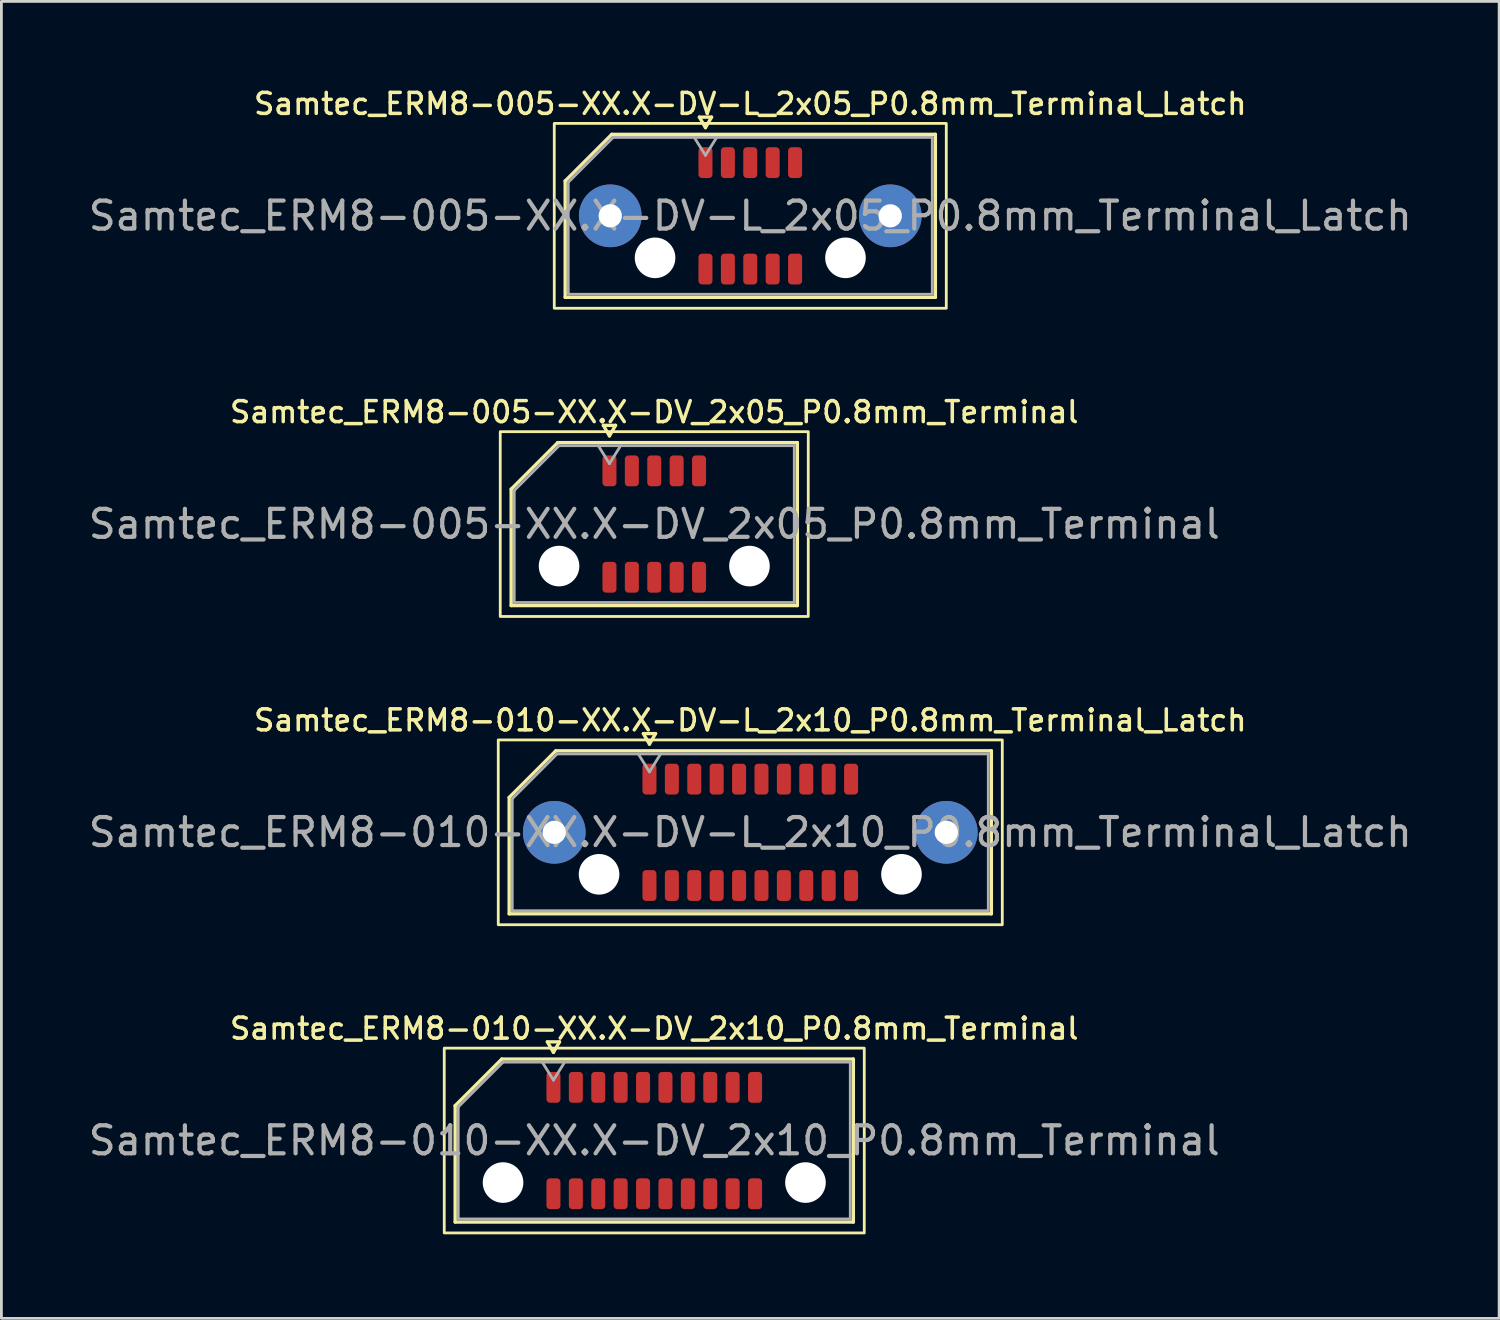
<source format=kicad_pcb>
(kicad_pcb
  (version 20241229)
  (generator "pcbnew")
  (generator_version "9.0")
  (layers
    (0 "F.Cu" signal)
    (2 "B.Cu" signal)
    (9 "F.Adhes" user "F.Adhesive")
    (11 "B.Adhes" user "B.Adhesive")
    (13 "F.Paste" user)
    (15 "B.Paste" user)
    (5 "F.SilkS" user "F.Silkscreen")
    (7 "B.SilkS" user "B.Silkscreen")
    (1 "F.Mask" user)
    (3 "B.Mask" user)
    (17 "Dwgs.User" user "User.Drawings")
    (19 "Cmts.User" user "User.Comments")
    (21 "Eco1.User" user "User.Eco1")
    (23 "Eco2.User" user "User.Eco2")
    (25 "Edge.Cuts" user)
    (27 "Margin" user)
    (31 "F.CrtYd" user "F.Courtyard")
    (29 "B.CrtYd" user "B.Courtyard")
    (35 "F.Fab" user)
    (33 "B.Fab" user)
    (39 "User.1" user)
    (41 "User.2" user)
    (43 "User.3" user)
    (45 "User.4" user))
  (footprint "Samtec_ERM8-005-XX.X-DV_2x05_P0.8mm_Terminal"
    (layer "F.Cu")
    (at 20.315 15.666)
    (property "Reference" "Samtec_ERM8-005-XX.X-DV_2x05_P0.8mm_Terminal" (at 0 -4 0) (layer "F.SilkS") (effects (font (size 0.75 0.75) (thickness 0.125))))
    (attr smd)
    (fp_line (start -5.11 -1.246) (end -3.446 -2.91) (stroke (width 0.12) (type solid)) (layer "F.SilkS"))
    (fp_line (start -5.11 2.91) (end -5.11 -1.246) (stroke (width 0.12) (type solid)) (layer "F.SilkS"))
    (fp_line (start -3.446 -2.91) (end 5.11 -2.91) (stroke (width 0.12) (type solid)) (layer "F.SilkS"))
    (fp_line (start -1.817 -3.525) (end -1.6 -3.15) (stroke (width 0.12) (type solid)) (layer "F.SilkS"))
    (fp_line (start -1.6 -3.15) (end -1.383 -3.525) (stroke (width 0.12) (type solid)) (layer "F.SilkS"))
    (fp_line (start -1.383 -3.525) (end -1.817 -3.525) (stroke (width 0.12) (type solid)) (layer "F.SilkS"))
    (fp_line (start 5.11 -2.91) (end 5.11 2.91) (stroke (width 0.12) (type solid)) (layer "F.SilkS"))
    (fp_line (start 5.11 2.91) (end -5.11 2.91) (stroke (width 0.12) (type solid)) (layer "F.SilkS"))
    (fp_rect (start -5.5 -3.3) (end 5.5 3.3) (stroke (width 0.1) (type solid)) (fill no) (layer "F.SilkS"))
    (fp_line (start -5 -1.2) (end -3.4 -2.8) (stroke (width 0.1) (type solid)) (layer "F.Fab"))
    (fp_line (start -5 2.8) (end -5 -1.2) (stroke (width 0.1) (type solid)) (layer "F.Fab"))
    (fp_line (start -3.4 -2.8) (end 5 -2.8) (stroke (width 0.1) (type solid)) (layer "F.Fab"))
    (fp_line (start -2 -2.8) (end -1.6 -2.16) (stroke (width 0.1) (type solid)) (layer "F.Fab"))
    (fp_line (start -1.6 -2.16) (end -1.2 -2.8) (stroke (width 0.1) (type solid)) (layer "F.Fab"))
    (fp_line (start 5 -2.8) (end 5 2.8) (stroke (width 0.1) (type solid)) (layer "F.Fab"))
    (fp_line (start 5 2.8) (end -5 2.8) (stroke (width 0.1) (type solid)) (layer "F.Fab"))
    (fp_text user "${REFERENCE}" (at 0 0 0) (layer "F.Fab") (effects (font (size 1 1) (thickness 0.15))))
    (pad "" np_thru_hole circle (at -3.4 1.5) (size 1.45 1.45) (drill 1.45) (layers "*.Cu" "*.Mask"))
    (pad "" np_thru_hole circle (at 3.4 1.5) (size 1.45 1.45) (drill 1.45) (layers "*.Cu" "*.Mask"))
    (pad "1" smd roundrect (at -1.6 -1.9) (size 0.5 1.1) (layers "F.Cu" "F.Mask" "F.Paste") (roundrect_rratio 0.25))
    (pad "2" smd roundrect (at -1.6 1.9) (size 0.5 1.1) (layers "F.Cu" "F.Mask" "F.Paste") (roundrect_rratio 0.25))
    (pad "3" smd roundrect (at -0.8 -1.9) (size 0.5 1.1) (layers "F.Cu" "F.Mask" "F.Paste") (roundrect_rratio 0.25))
    (pad "4" smd roundrect (at -0.8 1.9) (size 0.5 1.1) (layers "F.Cu" "F.Mask" "F.Paste") (roundrect_rratio 0.25))
    (pad "5" smd roundrect (at 0 -1.9) (size 0.5 1.1) (layers "F.Cu" "F.Mask" "F.Paste") (roundrect_rratio 0.25))
    (pad "6" smd roundrect (at 0 1.9) (size 0.5 1.1) (layers "F.Cu" "F.Mask" "F.Paste") (roundrect_rratio 0.25))
    (pad "7" smd roundrect (at 0.8 -1.9) (size 0.5 1.1) (layers "F.Cu" "F.Mask" "F.Paste") (roundrect_rratio 0.25))
    (pad "8" smd roundrect (at 0.8 1.9) (size 0.5 1.1) (layers "F.Cu" "F.Mask" "F.Paste") (roundrect_rratio 0.25))
    (pad "9" smd roundrect (at 1.6 -1.9) (size 0.5 1.1) (layers "F.Cu" "F.Mask" "F.Paste") (roundrect_rratio 0.25))
    (pad "10" smd roundrect (at 1.6 1.9) (size 0.5 1.1) (layers "F.Cu" "F.Mask" "F.Paste") (roundrect_rratio 0.25)))
  (footprint "Samtec_ERM8-005-XX.X-DV-L_2x05_P0.8mm_Terminal_Latch"
    (layer "F.Cu")
    (at 23.744 4.658)
    (property "Reference" "Samtec_ERM8-005-XX.X-DV-L_2x05_P0.8mm_Terminal_Latch" (at 0 -4 0) (layer "F.SilkS") (effects (font (size 0.75 0.75) (thickness 0.125))))
    (attr smd)
    (fp_line (start -6.61 -1.246) (end -4.946 -2.91) (stroke (width 0.12) (type solid)) (layer "F.SilkS"))
    (fp_line (start -6.61 2.91) (end -6.61 -1.246) (stroke (width 0.12) (type solid)) (layer "F.SilkS"))
    (fp_line (start -4.946 -2.91) (end 6.61 -2.91) (stroke (width 0.12) (type solid)) (layer "F.SilkS"))
    (fp_line (start -1.817 -3.525) (end -1.6 -3.15) (stroke (width 0.12) (type solid)) (layer "F.SilkS"))
    (fp_line (start -1.6 -3.15) (end -1.383 -3.525) (stroke (width 0.12) (type solid)) (layer "F.SilkS"))
    (fp_line (start -1.383 -3.525) (end -1.817 -3.525) (stroke (width 0.12) (type solid)) (layer "F.SilkS"))
    (fp_line (start 6.61 -2.91) (end 6.61 2.91) (stroke (width 0.12) (type solid)) (layer "F.SilkS"))
    (fp_line (start 6.61 2.91) (end -6.61 2.91) (stroke (width 0.12) (type solid)) (layer "F.SilkS"))
    (fp_rect (start -7 -3.3) (end 7 3.3) (stroke (width 0.1) (type solid)) (fill no) (layer "F.SilkS"))
    (fp_line (start -6.5 -1.2) (end -4.9 -2.8) (stroke (width 0.1) (type solid)) (layer "F.Fab"))
    (fp_line (start -6.5 2.8) (end -6.5 -1.2) (stroke (width 0.1) (type solid)) (layer "F.Fab"))
    (fp_line (start -4.9 -2.8) (end 6.5 -2.8) (stroke (width 0.1) (type solid)) (layer "F.Fab"))
    (fp_line (start -2 -2.8) (end -1.6 -2.16) (stroke (width 0.1) (type solid)) (layer "F.Fab"))
    (fp_line (start -1.6 -2.16) (end -1.2 -2.8) (stroke (width 0.1) (type solid)) (layer "F.Fab"))
    (fp_line (start 6.5 -2.8) (end 6.5 2.8) (stroke (width 0.1) (type solid)) (layer "F.Fab"))
    (fp_line (start 6.5 2.8) (end -6.5 2.8) (stroke (width 0.1) (type solid)) (layer "F.Fab"))
    (fp_text user "${REFERENCE}" (at 0 0 0) (layer "F.Fab") (effects (font (size 1 1) (thickness 0.15))))
    (pad "" thru_hole circle (at -5 0) (size 2.24 2.24) (drill 0.83) (layers "*.Cu" "*.Mask" "F.Paste"))
    (pad "" np_thru_hole circle (at -3.4 1.5) (size 1.45 1.45) (drill 1.45) (layers "*.Cu" "*.Mask"))
    (pad "" np_thru_hole circle (at 3.4 1.5) (size 1.45 1.45) (drill 1.45) (layers "*.Cu" "*.Mask"))
    (pad "" thru_hole circle (at 5 0) (size 2.24 2.24) (drill 0.83) (layers "*.Cu" "*.Mask" "F.Paste"))
    (pad "1" smd roundrect (at -1.6 -1.9) (size 0.5 1.1) (layers "F.Cu" "F.Mask" "F.Paste") (roundrect_rratio 0.25))
    (pad "2" smd roundrect (at -1.6 1.9) (size 0.5 1.1) (layers "F.Cu" "F.Mask" "F.Paste") (roundrect_rratio 0.25))
    (pad "3" smd roundrect (at -0.8 -1.9) (size 0.5 1.1) (layers "F.Cu" "F.Mask" "F.Paste") (roundrect_rratio 0.25))
    (pad "4" smd roundrect (at -0.8 1.9) (size 0.5 1.1) (layers "F.Cu" "F.Mask" "F.Paste") (roundrect_rratio 0.25))
    (pad "5" smd roundrect (at 0 -1.9) (size 0.5 1.1) (layers "F.Cu" "F.Mask" "F.Paste") (roundrect_rratio 0.25))
    (pad "6" smd roundrect (at 0 1.9) (size 0.5 1.1) (layers "F.Cu" "F.Mask" "F.Paste") (roundrect_rratio 0.25))
    (pad "7" smd roundrect (at 0.8 -1.9) (size 0.5 1.1) (layers "F.Cu" "F.Mask" "F.Paste") (roundrect_rratio 0.25))
    (pad "8" smd roundrect (at 0.8 1.9) (size 0.5 1.1) (layers "F.Cu" "F.Mask" "F.Paste") (roundrect_rratio 0.25))
    (pad "9" smd roundrect (at 1.6 -1.9) (size 0.5 1.1) (layers "F.Cu" "F.Mask" "F.Paste") (roundrect_rratio 0.25))
    (pad "10" smd roundrect (at 1.6 1.9) (size 0.5 1.1) (layers "F.Cu" "F.Mask" "F.Paste") (roundrect_rratio 0.25)))
  (footprint "Samtec_ERM8-010-XX.X-DV_2x10_P0.8mm_Terminal"
    (layer "F.Cu")
    (at 20.315 37.682)
    (property "Reference" "Samtec_ERM8-010-XX.X-DV_2x10_P0.8mm_Terminal" (at 0 -4 0) (layer "F.SilkS") (effects (font (size 0.75 0.75) (thickness 0.125))))
    (attr smd)
    (fp_line (start -7.11 -1.246) (end -5.446 -2.91) (stroke (width 0.12) (type solid)) (layer "F.SilkS"))
    (fp_line (start -7.11 2.91) (end -7.11 -1.246) (stroke (width 0.12) (type solid)) (layer "F.SilkS"))
    (fp_line (start -5.446 -2.91) (end 7.11 -2.91) (stroke (width 0.12) (type solid)) (layer "F.SilkS"))
    (fp_line (start -3.817 -3.525) (end -3.6 -3.15) (stroke (width 0.12) (type solid)) (layer "F.SilkS"))
    (fp_line (start -3.6 -3.15) (end -3.383 -3.525) (stroke (width 0.12) (type solid)) (layer "F.SilkS"))
    (fp_line (start -3.383 -3.525) (end -3.817 -3.525) (stroke (width 0.12) (type solid)) (layer "F.SilkS"))
    (fp_line (start 7.11 -2.91) (end 7.11 2.91) (stroke (width 0.12) (type solid)) (layer "F.SilkS"))
    (fp_line (start 7.11 2.91) (end -7.11 2.91) (stroke (width 0.12) (type solid)) (layer "F.SilkS"))
    (fp_rect (start -7.5 -3.3) (end 7.5 3.3) (stroke (width 0.1) (type solid)) (fill no) (layer "F.SilkS"))
    (fp_line (start -7 -1.2) (end -5.4 -2.8) (stroke (width 0.1) (type solid)) (layer "F.Fab"))
    (fp_line (start -7 2.8) (end -7 -1.2) (stroke (width 0.1) (type solid)) (layer "F.Fab"))
    (fp_line (start -5.4 -2.8) (end 7 -2.8) (stroke (width 0.1) (type solid)) (layer "F.Fab"))
    (fp_line (start -4 -2.8) (end -3.6 -2.16) (stroke (width 0.1) (type solid)) (layer "F.Fab"))
    (fp_line (start -3.6 -2.16) (end -3.2 -2.8) (stroke (width 0.1) (type solid)) (layer "F.Fab"))
    (fp_line (start 7 -2.8) (end 7 2.8) (stroke (width 0.1) (type solid)) (layer "F.Fab"))
    (fp_line (start 7 2.8) (end -7 2.8) (stroke (width 0.1) (type solid)) (layer "F.Fab"))
    (fp_text user "${REFERENCE}" (at 0 0 0) (layer "F.Fab") (effects (font (size 1 1) (thickness 0.15))))
    (pad "" np_thru_hole circle (at -5.4 1.5) (size 1.45 1.45) (drill 1.45) (layers "*.Cu" "*.Mask"))
    (pad "" np_thru_hole circle (at 5.4 1.5) (size 1.45 1.45) (drill 1.45) (layers "*.Cu" "*.Mask"))
    (pad "1" smd roundrect (at -3.6 -1.9) (size 0.5 1.1) (layers "F.Cu" "F.Mask" "F.Paste") (roundrect_rratio 0.25))
    (pad "2" smd roundrect (at -3.6 1.9) (size 0.5 1.1) (layers "F.Cu" "F.Mask" "F.Paste") (roundrect_rratio 0.25))
    (pad "3" smd roundrect (at -2.8 -1.9) (size 0.5 1.1) (layers "F.Cu" "F.Mask" "F.Paste") (roundrect_rratio 0.25))
    (pad "4" smd roundrect (at -2.8 1.9) (size 0.5 1.1) (layers "F.Cu" "F.Mask" "F.Paste") (roundrect_rratio 0.25))
    (pad "5" smd roundrect (at -2 -1.9) (size 0.5 1.1) (layers "F.Cu" "F.Mask" "F.Paste") (roundrect_rratio 0.25))
    (pad "6" smd roundrect (at -2 1.9) (size 0.5 1.1) (layers "F.Cu" "F.Mask" "F.Paste") (roundrect_rratio 0.25))
    (pad "7" smd roundrect (at -1.2 -1.9) (size 0.5 1.1) (layers "F.Cu" "F.Mask" "F.Paste") (roundrect_rratio 0.25))
    (pad "8" smd roundrect (at -1.2 1.9) (size 0.5 1.1) (layers "F.Cu" "F.Mask" "F.Paste") (roundrect_rratio 0.25))
    (pad "9" smd roundrect (at -0.4 -1.9) (size 0.5 1.1) (layers "F.Cu" "F.Mask" "F.Paste") (roundrect_rratio 0.25))
    (pad "10" smd roundrect (at -0.4 1.9) (size 0.5 1.1) (layers "F.Cu" "F.Mask" "F.Paste") (roundrect_rratio 0.25))
    (pad "11" smd roundrect (at 0.4 -1.9) (size 0.5 1.1) (layers "F.Cu" "F.Mask" "F.Paste") (roundrect_rratio 0.25))
    (pad "12" smd roundrect (at 0.4 1.9) (size 0.5 1.1) (layers "F.Cu" "F.Mask" "F.Paste") (roundrect_rratio 0.25))
    (pad "13" smd roundrect (at 1.2 -1.9) (size 0.5 1.1) (layers "F.Cu" "F.Mask" "F.Paste") (roundrect_rratio 0.25))
    (pad "14" smd roundrect (at 1.2 1.9) (size 0.5 1.1) (layers "F.Cu" "F.Mask" "F.Paste") (roundrect_rratio 0.25))
    (pad "15" smd roundrect (at 2 -1.9) (size 0.5 1.1) (layers "F.Cu" "F.Mask" "F.Paste") (roundrect_rratio 0.25))
    (pad "16" smd roundrect (at 2 1.9) (size 0.5 1.1) (layers "F.Cu" "F.Mask" "F.Paste") (roundrect_rratio 0.25))
    (pad "17" smd roundrect (at 2.8 -1.9) (size 0.5 1.1) (layers "F.Cu" "F.Mask" "F.Paste") (roundrect_rratio 0.25))
    (pad "18" smd roundrect (at 2.8 1.9) (size 0.5 1.1) (layers "F.Cu" "F.Mask" "F.Paste") (roundrect_rratio 0.25))
    (pad "19" smd roundrect (at 3.6 -1.9) (size 0.5 1.1) (layers "F.Cu" "F.Mask" "F.Paste") (roundrect_rratio 0.25))
    (pad "20" smd roundrect (at 3.6 1.9) (size 0.5 1.1) (layers "F.Cu" "F.Mask" "F.Paste") (roundrect_rratio 0.25)))
  (footprint "Samtec_ERM8-010-XX.X-DV-L_2x10_P0.8mm_Terminal_Latch"
    (layer "F.Cu")
    (at 23.744 26.674)
    (property "Reference" "Samtec_ERM8-010-XX.X-DV-L_2x10_P0.8mm_Terminal_Latch" (at 0 -4 0) (layer "F.SilkS") (effects (font (size 0.75 0.75) (thickness 0.125))))
    (attr smd)
    (fp_line (start -8.61 -1.246) (end -6.946 -2.91) (stroke (width 0.12) (type solid)) (layer "F.SilkS"))
    (fp_line (start -8.61 2.91) (end -8.61 -1.246) (stroke (width 0.12) (type solid)) (layer "F.SilkS"))
    (fp_line (start -6.946 -2.91) (end 8.61 -2.91) (stroke (width 0.12) (type solid)) (layer "F.SilkS"))
    (fp_line (start -3.817 -3.525) (end -3.6 -3.15) (stroke (width 0.12) (type solid)) (layer "F.SilkS"))
    (fp_line (start -3.6 -3.15) (end -3.383 -3.525) (stroke (width 0.12) (type solid)) (layer "F.SilkS"))
    (fp_line (start -3.383 -3.525) (end -3.817 -3.525) (stroke (width 0.12) (type solid)) (layer "F.SilkS"))
    (fp_line (start 8.61 -2.91) (end 8.61 2.91) (stroke (width 0.12) (type solid)) (layer "F.SilkS"))
    (fp_line (start 8.61 2.91) (end -8.61 2.91) (stroke (width 0.12) (type solid)) (layer "F.SilkS"))
    (fp_rect (start -9 -3.3) (end 9 3.3) (stroke (width 0.1) (type solid)) (fill no) (layer "F.SilkS"))
    (fp_line (start -8.5 -1.2) (end -6.9 -2.8) (stroke (width 0.1) (type solid)) (layer "F.Fab"))
    (fp_line (start -8.5 2.8) (end -8.5 -1.2) (stroke (width 0.1) (type solid)) (layer "F.Fab"))
    (fp_line (start -6.9 -2.8) (end 8.5 -2.8) (stroke (width 0.1) (type solid)) (layer "F.Fab"))
    (fp_line (start -4 -2.8) (end -3.6 -2.16) (stroke (width 0.1) (type solid)) (layer "F.Fab"))
    (fp_line (start -3.6 -2.16) (end -3.2 -2.8) (stroke (width 0.1) (type solid)) (layer "F.Fab"))
    (fp_line (start 8.5 -2.8) (end 8.5 2.8) (stroke (width 0.1) (type solid)) (layer "F.Fab"))
    (fp_line (start 8.5 2.8) (end -8.5 2.8) (stroke (width 0.1) (type solid)) (layer "F.Fab"))
    (fp_text user "${REFERENCE}" (at 0 0 0) (layer "F.Fab") (effects (font (size 1 1) (thickness 0.15))))
    (pad "" thru_hole circle (at -7 0) (size 2.24 2.24) (drill 0.83) (layers "*.Cu" "*.Mask" "F.Paste"))
    (pad "" np_thru_hole circle (at -5.4 1.5) (size 1.45 1.45) (drill 1.45) (layers "*.Cu" "*.Mask"))
    (pad "" np_thru_hole circle (at 5.4 1.5) (size 1.45 1.45) (drill 1.45) (layers "*.Cu" "*.Mask"))
    (pad "" thru_hole circle (at 7 0) (size 2.24 2.24) (drill 0.83) (layers "*.Cu" "*.Mask" "F.Paste"))
    (pad "1" smd roundrect (at -3.6 -1.9) (size 0.5 1.1) (layers "F.Cu" "F.Mask" "F.Paste") (roundrect_rratio 0.25))
    (pad "2" smd roundrect (at -3.6 1.9) (size 0.5 1.1) (layers "F.Cu" "F.Mask" "F.Paste") (roundrect_rratio 0.25))
    (pad "3" smd roundrect (at -2.8 -1.9) (size 0.5 1.1) (layers "F.Cu" "F.Mask" "F.Paste") (roundrect_rratio 0.25))
    (pad "4" smd roundrect (at -2.8 1.9) (size 0.5 1.1) (layers "F.Cu" "F.Mask" "F.Paste") (roundrect_rratio 0.25))
    (pad "5" smd roundrect (at -2 -1.9) (size 0.5 1.1) (layers "F.Cu" "F.Mask" "F.Paste") (roundrect_rratio 0.25))
    (pad "6" smd roundrect (at -2 1.9) (size 0.5 1.1) (layers "F.Cu" "F.Mask" "F.Paste") (roundrect_rratio 0.25))
    (pad "7" smd roundrect (at -1.2 -1.9) (size 0.5 1.1) (layers "F.Cu" "F.Mask" "F.Paste") (roundrect_rratio 0.25))
    (pad "8" smd roundrect (at -1.2 1.9) (size 0.5 1.1) (layers "F.Cu" "F.Mask" "F.Paste") (roundrect_rratio 0.25))
    (pad "9" smd roundrect (at -0.4 -1.9) (size 0.5 1.1) (layers "F.Cu" "F.Mask" "F.Paste") (roundrect_rratio 0.25))
    (pad "10" smd roundrect (at -0.4 1.9) (size 0.5 1.1) (layers "F.Cu" "F.Mask" "F.Paste") (roundrect_rratio 0.25))
    (pad "11" smd roundrect (at 0.4 -1.9) (size 0.5 1.1) (layers "F.Cu" "F.Mask" "F.Paste") (roundrect_rratio 0.25))
    (pad "12" smd roundrect (at 0.4 1.9) (size 0.5 1.1) (layers "F.Cu" "F.Mask" "F.Paste") (roundrect_rratio 0.25))
    (pad "13" smd roundrect (at 1.2 -1.9) (size 0.5 1.1) (layers "F.Cu" "F.Mask" "F.Paste") (roundrect_rratio 0.25))
    (pad "14" smd roundrect (at 1.2 1.9) (size 0.5 1.1) (layers "F.Cu" "F.Mask" "F.Paste") (roundrect_rratio 0.25))
    (pad "15" smd roundrect (at 2 -1.9) (size 0.5 1.1) (layers "F.Cu" "F.Mask" "F.Paste") (roundrect_rratio 0.25))
    (pad "16" smd roundrect (at 2 1.9) (size 0.5 1.1) (layers "F.Cu" "F.Mask" "F.Paste") (roundrect_rratio 0.25))
    (pad "17" smd roundrect (at 2.8 -1.9) (size 0.5 1.1) (layers "F.Cu" "F.Mask" "F.Paste") (roundrect_rratio 0.25))
    (pad "18" smd roundrect (at 2.8 1.9) (size 0.5 1.1) (layers "F.Cu" "F.Mask" "F.Paste") (roundrect_rratio 0.25))
    (pad "19" smd roundrect (at 3.6 -1.9) (size 0.5 1.1) (layers "F.Cu" "F.Mask" "F.Paste") (roundrect_rratio 0.25))
    (pad "20" smd roundrect (at 3.6 1.9) (size 0.5 1.1) (layers "F.Cu" "F.Mask" "F.Paste") (roundrect_rratio 0.25)))
  (gr_rect
    (start -3 -3)
    (end 50.488 44.032)
    (stroke (width 0.1) (type default))
    (fill no)
    (layer "Edge.Cuts")))
</source>
